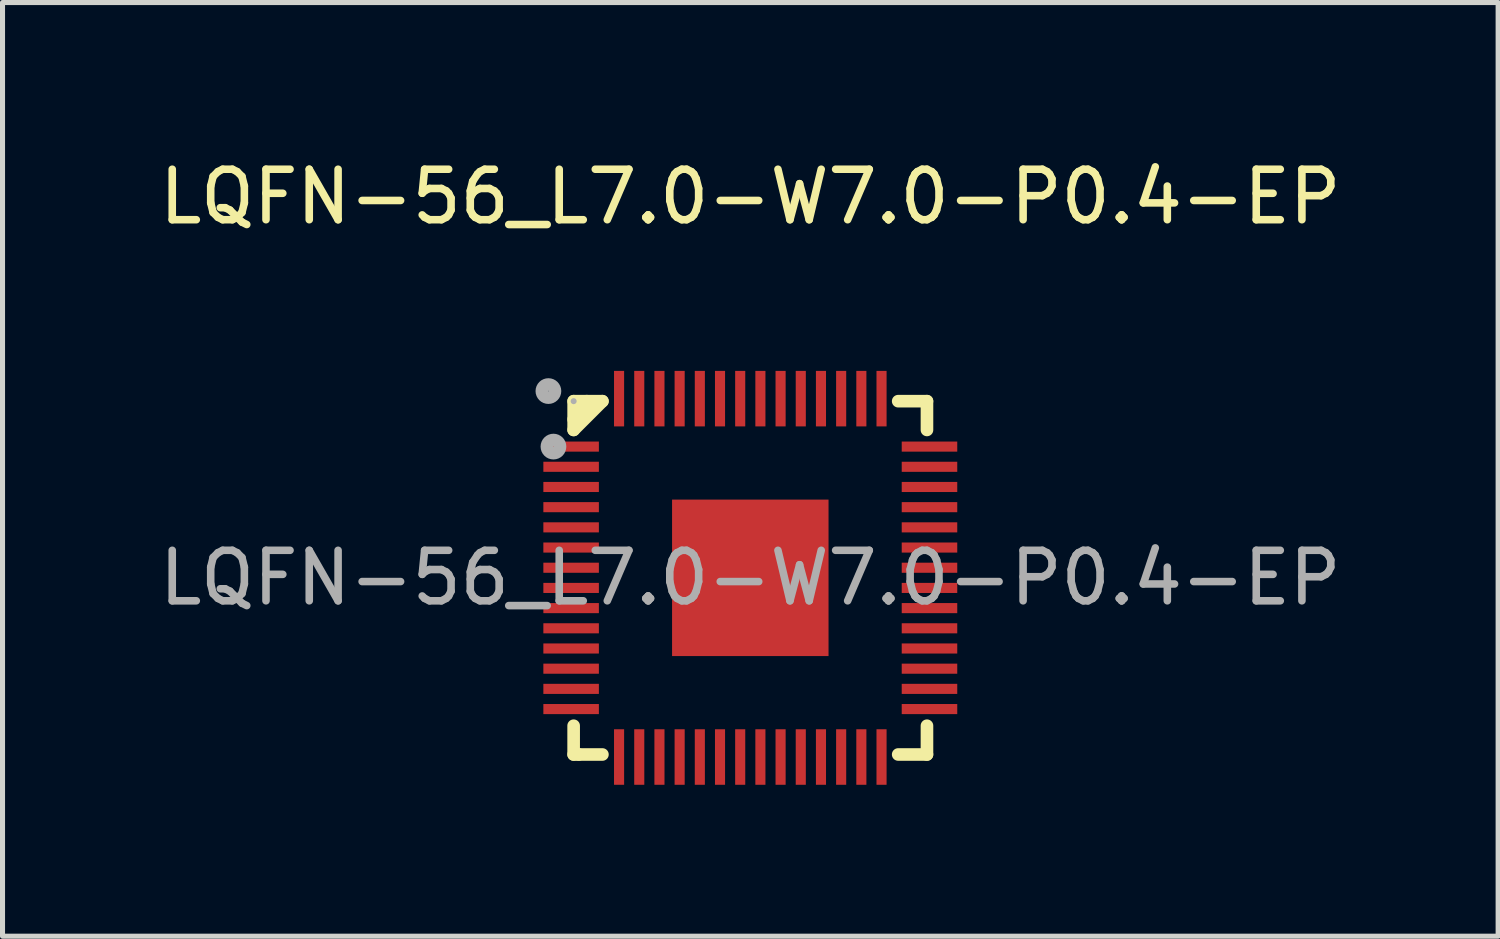
<source format=kicad_pcb>
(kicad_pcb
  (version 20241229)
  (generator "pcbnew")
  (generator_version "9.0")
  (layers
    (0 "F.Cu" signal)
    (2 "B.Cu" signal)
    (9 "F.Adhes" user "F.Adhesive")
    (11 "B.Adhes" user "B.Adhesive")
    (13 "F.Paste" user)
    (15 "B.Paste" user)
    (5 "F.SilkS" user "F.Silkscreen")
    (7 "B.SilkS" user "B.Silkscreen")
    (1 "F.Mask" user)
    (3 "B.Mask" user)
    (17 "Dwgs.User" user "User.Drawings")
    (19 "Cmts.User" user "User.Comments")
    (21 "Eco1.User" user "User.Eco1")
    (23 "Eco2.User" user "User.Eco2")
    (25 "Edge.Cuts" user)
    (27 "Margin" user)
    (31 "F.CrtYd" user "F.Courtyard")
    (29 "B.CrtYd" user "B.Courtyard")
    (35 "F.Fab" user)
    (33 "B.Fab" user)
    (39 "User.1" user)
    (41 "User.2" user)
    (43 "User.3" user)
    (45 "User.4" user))
  (footprint "LQFN-56_L7.0-W7.0-P0.4-EP"
    (layer "F.Cu")
    (at 11.815 8.398)
    (property "Reference" "LQFN-56_L7.0-W7.0-P0.4-EP" (at 0 -7.55 0) (layer "F.SilkS") (effects (font (size 1 1) (thickness 0.15))))
    (attr smd)
    (fp_line (start -3.5 -3.5) (end -2.93 -3.5) (stroke (width 0.25) (type solid)) (layer "F.SilkS"))
    (fp_line (start -3.5 -2.93) (end -3.5 -3.5) (stroke (width 0.25) (type solid)) (layer "F.SilkS"))
    (fp_line (start -3.5 -2.93) (end -2.93 -3.5) (stroke (width 0.25) (type solid)) (layer "F.SilkS"))
    (fp_line (start -3.5 3.5) (end -3.5 2.93) (stroke (width 0.25) (type solid)) (layer "F.SilkS"))
    (fp_line (start -3.4 3.5) (end -3.5 3.5) (stroke (width 0.25) (type solid)) (layer "F.SilkS"))
    (fp_line (start -3.24 -3.5) (end -3.24 -3.4) (stroke (width 0.25) (type solid)) (layer "F.SilkS"))
    (fp_line (start -3.24 -3.4) (end -3.5 -3.14) (stroke (width 0.25) (type solid)) (layer "F.SilkS"))
    (fp_line (start -2.93 3.5) (end -3.4 3.5) (stroke (width 0.25) (type solid)) (layer "F.SilkS"))
    (fp_line (start 2.93 -3.5) (end 3.5 -3.5) (stroke (width 0.25) (type solid)) (layer "F.SilkS"))
    (fp_line (start 3.5 -3.5) (end 3.5 -2.93) (stroke (width 0.25) (type solid)) (layer "F.SilkS"))
    (fp_line (start 3.5 2.93) (end 3.5 3.5) (stroke (width 0.25) (type solid)) (layer "F.SilkS"))
    (fp_line (start 3.5 3.5) (end 2.93 3.5) (stroke (width 0.25) (type solid)) (layer "F.SilkS"))
    (fp_circle (center -4 -3.7) (end -3.87 -3.7) (stroke (width 0.25) (type solid)) (fill no) (layer "F.Fab"))
    (fp_circle (center -3.9 -2.6) (end -3.77 -2.6) (stroke (width 0.25) (type solid)) (fill no) (layer "F.Fab"))
    (fp_circle (center -3.5 -3.5) (end -3.47 -3.5) (stroke (width 0.06) (type solid)) (fill no) (layer "F.Fab"))
    (fp_text user "${REFERENCE}" (at 0 0 0) (layer "F.Fab") (effects (font (size 1 1) (thickness 0.15))))
    (pad "1" smd rect (at -3.55 -2.6) (size 1.1 0.2) (layers "F.Cu" "F.Mask" "F.Paste"))
    (pad "2" smd rect (at -3.55 -2.2) (size 1.1 0.2) (layers "F.Cu" "F.Mask" "F.Paste"))
    (pad "3" smd rect (at -3.55 -1.8) (size 1.1 0.2) (layers "F.Cu" "F.Mask" "F.Paste"))
    (pad "4" smd rect (at -3.55 -1.4) (size 1.1 0.2) (layers "F.Cu" "F.Mask" "F.Paste"))
    (pad "5" smd rect (at -3.55 -1) (size 1.1 0.2) (layers "F.Cu" "F.Mask" "F.Paste"))
    (pad "6" smd rect (at -3.55 -0.6) (size 1.1 0.2) (layers "F.Cu" "F.Mask" "F.Paste"))
    (pad "7" smd rect (at -3.55 -0.2) (size 1.1 0.2) (layers "F.Cu" "F.Mask" "F.Paste"))
    (pad "8" smd rect (at -3.55 0.2) (size 1.1 0.2) (layers "F.Cu" "F.Mask" "F.Paste"))
    (pad "9" smd rect (at -3.55 0.6) (size 1.1 0.2) (layers "F.Cu" "F.Mask" "F.Paste"))
    (pad "10" smd rect (at -3.55 1) (size 1.1 0.2) (layers "F.Cu" "F.Mask" "F.Paste"))
    (pad "11" smd rect (at -3.55 1.4) (size 1.1 0.2) (layers "F.Cu" "F.Mask" "F.Paste"))
    (pad "12" smd rect (at -3.55 1.8) (size 1.1 0.2) (layers "F.Cu" "F.Mask" "F.Paste"))
    (pad "13" smd rect (at -3.55 2.2) (size 1.1 0.2) (layers "F.Cu" "F.Mask" "F.Paste"))
    (pad "14" smd rect (at -3.55 2.6) (size 1.1 0.2) (layers "F.Cu" "F.Mask" "F.Paste"))
    (pad "15" smd rect (at -2.6 3.55 90) (size 1.1 0.2) (layers "F.Cu" "F.Mask" "F.Paste"))
    (pad "16" smd rect (at -2.2 3.55 90) (size 1.1 0.2) (layers "F.Cu" "F.Mask" "F.Paste"))
    (pad "17" smd rect (at -1.8 3.55 90) (size 1.1 0.2) (layers "F.Cu" "F.Mask" "F.Paste"))
    (pad "18" smd rect (at -1.4 3.55 90) (size 1.1 0.2) (layers "F.Cu" "F.Mask" "F.Paste"))
    (pad "19" smd rect (at -1 3.55 90) (size 1.1 0.2) (layers "F.Cu" "F.Mask" "F.Paste"))
    (pad "20" smd rect (at -0.6 3.55 90) (size 1.1 0.2) (layers "F.Cu" "F.Mask" "F.Paste"))
    (pad "21" smd rect (at -0.2 3.55 90) (size 1.1 0.2) (layers "F.Cu" "F.Mask" "F.Paste"))
    (pad "22" smd rect (at 0.2 3.55 90) (size 1.1 0.2) (layers "F.Cu" "F.Mask" "F.Paste"))
    (pad "23" smd rect (at 0.6 3.55 90) (size 1.1 0.2) (layers "F.Cu" "F.Mask" "F.Paste"))
    (pad "24" smd rect (at 1 3.55 90) (size 1.1 0.2) (layers "F.Cu" "F.Mask" "F.Paste"))
    (pad "25" smd rect (at 1.4 3.55 90) (size 1.1 0.2) (layers "F.Cu" "F.Mask" "F.Paste"))
    (pad "26" smd rect (at 1.8 3.55 90) (size 1.1 0.2) (layers "F.Cu" "F.Mask" "F.Paste"))
    (pad "27" smd rect (at 2.2 3.55 90) (size 1.1 0.2) (layers "F.Cu" "F.Mask" "F.Paste"))
    (pad "28" smd rect (at 2.6 3.55 90) (size 1.1 0.2) (layers "F.Cu" "F.Mask" "F.Paste"))
    (pad "29" smd rect (at 3.55 2.6 180) (size 1.1 0.2) (layers "F.Cu" "F.Mask" "F.Paste"))
    (pad "30" smd rect (at 3.55 2.2 180) (size 1.1 0.2) (layers "F.Cu" "F.Mask" "F.Paste"))
    (pad "31" smd rect (at 3.55 1.8 180) (size 1.1 0.2) (layers "F.Cu" "F.Mask" "F.Paste"))
    (pad "32" smd rect (at 3.55 1.4 180) (size 1.1 0.2) (layers "F.Cu" "F.Mask" "F.Paste"))
    (pad "33" smd rect (at 3.55 1 180) (size 1.1 0.2) (layers "F.Cu" "F.Mask" "F.Paste"))
    (pad "34" smd rect (at 3.55 0.6 180) (size 1.1 0.2) (layers "F.Cu" "F.Mask" "F.Paste"))
    (pad "35" smd rect (at 3.55 0.2 180) (size 1.1 0.2) (layers "F.Cu" "F.Mask" "F.Paste"))
    (pad "36" smd rect (at 3.55 -0.2 180) (size 1.1 0.2) (layers "F.Cu" "F.Mask" "F.Paste"))
    (pad "37" smd rect (at 3.55 -0.6 180) (size 1.1 0.2) (layers "F.Cu" "F.Mask" "F.Paste"))
    (pad "38" smd rect (at 3.55 -1 180) (size 1.1 0.2) (layers "F.Cu" "F.Mask" "F.Paste"))
    (pad "39" smd rect (at 3.55 -1.4 180) (size 1.1 0.2) (layers "F.Cu" "F.Mask" "F.Paste"))
    (pad "40" smd rect (at 3.55 -1.8 180) (size 1.1 0.2) (layers "F.Cu" "F.Mask" "F.Paste"))
    (pad "41" smd rect (at 3.55 -2.2 180) (size 1.1 0.2) (layers "F.Cu" "F.Mask" "F.Paste"))
    (pad "42" smd rect (at 3.55 -2.6 180) (size 1.1 0.2) (layers "F.Cu" "F.Mask" "F.Paste"))
    (pad "43" smd rect (at 2.6 -3.55 270) (size 1.1 0.2) (layers "F.Cu" "F.Mask" "F.Paste"))
    (pad "44" smd rect (at 2.2 -3.55 270) (size 1.1 0.2) (layers "F.Cu" "F.Mask" "F.Paste"))
    (pad "45" smd rect (at 1.8 -3.55 270) (size 1.1 0.2) (layers "F.Cu" "F.Mask" "F.Paste"))
    (pad "46" smd rect (at 1.4 -3.55 270) (size 1.1 0.2) (layers "F.Cu" "F.Mask" "F.Paste"))
    (pad "47" smd rect (at 1 -3.55 270) (size 1.1 0.2) (layers "F.Cu" "F.Mask" "F.Paste"))
    (pad "48" smd rect (at 0.6 -3.55 270) (size 1.1 0.2) (layers "F.Cu" "F.Mask" "F.Paste"))
    (pad "49" smd rect (at 0.2 -3.55 270) (size 1.1 0.2) (layers "F.Cu" "F.Mask" "F.Paste"))
    (pad "50" smd rect (at -0.2 -3.55 270) (size 1.1 0.2) (layers "F.Cu" "F.Mask" "F.Paste"))
    (pad "51" smd rect (at -0.6 -3.55 270) (size 1.1 0.2) (layers "F.Cu" "F.Mask" "F.Paste"))
    (pad "52" smd rect (at -1 -3.55 270) (size 1.1 0.2) (layers "F.Cu" "F.Mask" "F.Paste"))
    (pad "53" smd rect (at -1.4 -3.55 270) (size 1.1 0.2) (layers "F.Cu" "F.Mask" "F.Paste"))
    (pad "54" smd rect (at -1.8 -3.55 270) (size 1.1 0.2) (layers "F.Cu" "F.Mask" "F.Paste"))
    (pad "55" smd rect (at -2.2 -3.55 270) (size 1.1 0.2) (layers "F.Cu" "F.Mask" "F.Paste"))
    (pad "56" smd rect (at -2.6 -3.55 270) (size 1.1 0.2) (layers "F.Cu" "F.Mask" "F.Paste"))
    (pad "57" smd rect (at 0 0) (size 3.1 3.1) (layers "F.Cu" "F.Mask" "F.Paste")))
  (gr_rect
    (start -3 -3)
    (end 26.631 15.498)
    (stroke (width 0.1) (type default))
    (fill no)
    (layer "Edge.Cuts")))
</source>
